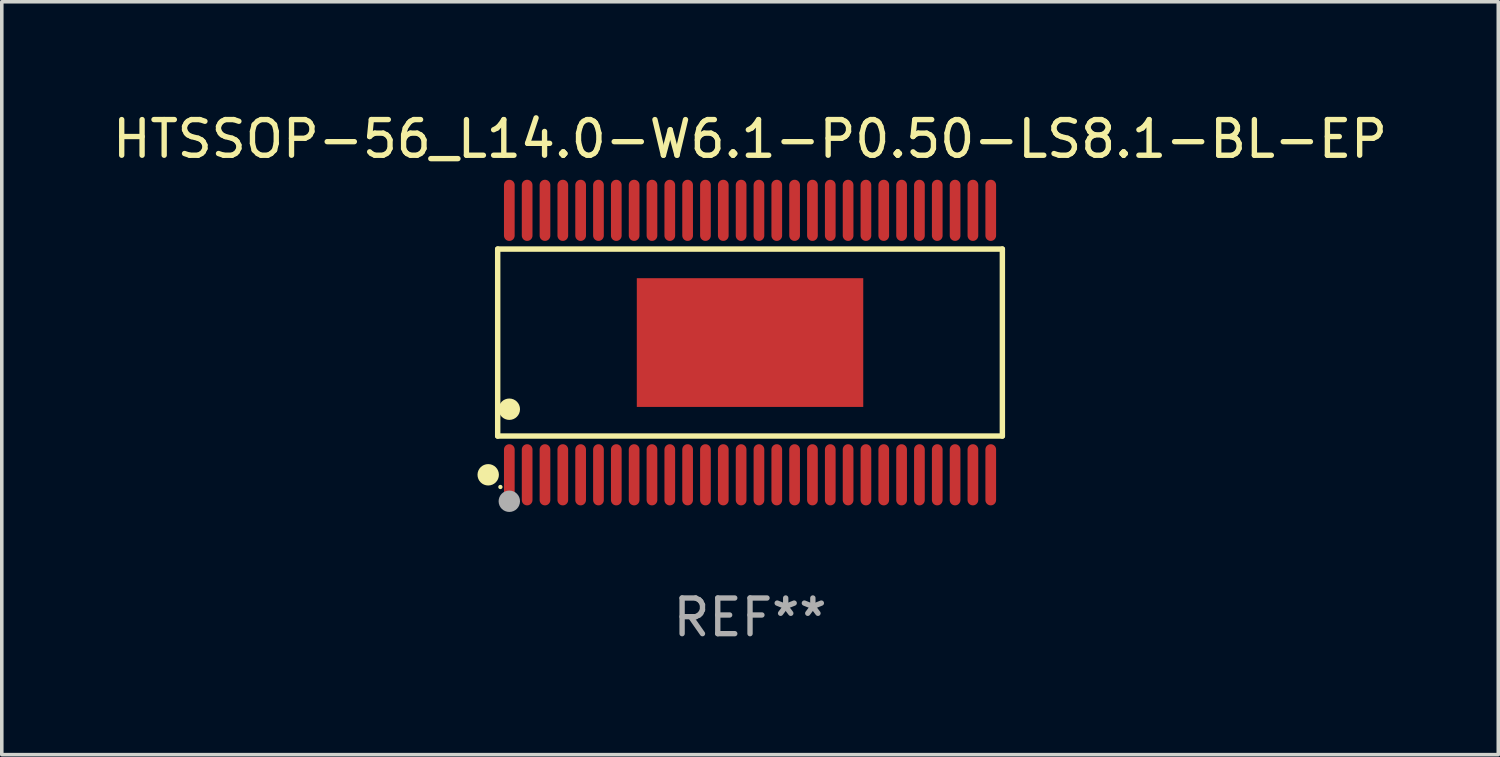
<source format=kicad_pcb>
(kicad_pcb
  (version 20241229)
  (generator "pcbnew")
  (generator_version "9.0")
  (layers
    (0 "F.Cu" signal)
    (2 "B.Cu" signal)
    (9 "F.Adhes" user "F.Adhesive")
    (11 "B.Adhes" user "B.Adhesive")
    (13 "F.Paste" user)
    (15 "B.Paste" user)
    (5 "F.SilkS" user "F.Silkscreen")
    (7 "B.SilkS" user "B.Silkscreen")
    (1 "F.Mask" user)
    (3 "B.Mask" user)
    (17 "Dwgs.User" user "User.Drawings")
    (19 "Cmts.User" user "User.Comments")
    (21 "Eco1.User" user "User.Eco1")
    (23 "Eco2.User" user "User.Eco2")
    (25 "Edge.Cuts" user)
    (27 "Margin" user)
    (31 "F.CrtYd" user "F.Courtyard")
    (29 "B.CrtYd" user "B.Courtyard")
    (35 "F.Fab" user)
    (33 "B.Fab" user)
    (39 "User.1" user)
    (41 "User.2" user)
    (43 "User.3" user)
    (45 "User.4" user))
  (footprint "HTSSOP-56_L14.0-W6.1-P0.50-LS8.1-BL-EP"
    (layer "F.Cu")
    (at 17.982 6.556)
    (property "Reference" "HTSSOP-56_L14.0-W6.1-P0.50-LS8.1-BL-EP" (at -0.000025 -5.708 0) (layer "F.SilkS") (effects (font (size 1 1) (thickness 0.15))))
    (attr smd)
    (fp_line (start -7.076 -2.622) (end 7.076 -2.622) (stroke (width 0.152) (type solid)) (layer "F.SilkS"))
    (fp_line (start -7.076 2.621) (end -7.076 -2.622) (stroke (width 0.152) (type solid)) (layer "F.SilkS"))
    (fp_line (start 7.076 -2.622) (end 7.076 2.621) (stroke (width 0.152) (type solid)) (layer "F.SilkS"))
    (fp_line (start 7.076 2.621) (end -7.076 2.621) (stroke (width 0.152) (type solid)) (layer "F.SilkS"))
    (fp_circle (center -7.342 3.708) (end -7.192 3.708) (stroke (width 0.3) (type solid)) (fill no) (layer "F.SilkS"))
    (fp_circle (center -7 4.05) (end -6.97 4.05) (stroke (width 0.06) (type solid)) (fill no) (layer "F.SilkS"))
    (fp_circle (center -6.75 1.869) (end -6.6 1.869) (stroke (width 0.3) (type solid)) (fill no) (layer "F.SilkS"))
    (fp_circle (center -6.75 4.45) (end -6.6 4.45) (stroke (width 0.3) (type solid)) (fill no) (layer "F.Fab"))
    (fp_text user "REF**" (at -0.000025 7.708 0) (layer "F.Fab") (effects (font (size 1 1) (thickness 0.15))))
    (pad "1" smd oval (at -6.75 3.708) (size 0.3 1.715) (layers "F.Cu" "F.Mask" "F.Paste"))
    (pad "2" smd oval (at -6.25 3.708) (size 0.3 1.715) (layers "F.Cu" "F.Mask" "F.Paste"))
    (pad "3" smd oval (at -5.75 3.708) (size 0.3 1.715) (layers "F.Cu" "F.Mask" "F.Paste"))
    (pad "4" smd oval (at -5.25 3.708) (size 0.3 1.715) (layers "F.Cu" "F.Mask" "F.Paste"))
    (pad "5" smd oval (at -4.75 3.708) (size 0.3 1.715) (layers "F.Cu" "F.Mask" "F.Paste"))
    (pad "6" smd oval (at -4.25 3.708) (size 0.3 1.715) (layers "F.Cu" "F.Mask" "F.Paste"))
    (pad "7" smd oval (at -3.75 3.708) (size 0.3 1.715) (layers "F.Cu" "F.Mask" "F.Paste"))
    (pad "8" smd oval (at -3.25 3.708) (size 0.3 1.715) (layers "F.Cu" "F.Mask" "F.Paste"))
    (pad "9" smd oval (at -2.75 3.708) (size 0.3 1.715) (layers "F.Cu" "F.Mask" "F.Paste"))
    (pad "10" smd oval (at -2.25 3.708) (size 0.3 1.715) (layers "F.Cu" "F.Mask" "F.Paste"))
    (pad "11" smd oval (at -1.75 3.708) (size 0.3 1.715) (layers "F.Cu" "F.Mask" "F.Paste"))
    (pad "12" smd oval (at -1.25 3.708) (size 0.3 1.715) (layers "F.Cu" "F.Mask" "F.Paste"))
    (pad "13" smd oval (at -0.75 3.708) (size 0.3 1.715) (layers "F.Cu" "F.Mask" "F.Paste"))
    (pad "14" smd oval (at -0.25 3.708) (size 0.3 1.715) (layers "F.Cu" "F.Mask" "F.Paste"))
    (pad "15" smd oval (at 0.25 3.708) (size 0.3 1.715) (layers "F.Cu" "F.Mask" "F.Paste"))
    (pad "16" smd oval (at 0.75 3.708) (size 0.3 1.715) (layers "F.Cu" "F.Mask" "F.Paste"))
    (pad "17" smd oval (at 1.25 3.708) (size 0.3 1.715) (layers "F.Cu" "F.Mask" "F.Paste"))
    (pad "18" smd oval (at 1.75 3.708) (size 0.3 1.715) (layers "F.Cu" "F.Mask" "F.Paste"))
    (pad "19" smd oval (at 2.25 3.708) (size 0.3 1.715) (layers "F.Cu" "F.Mask" "F.Paste"))
    (pad "20" smd oval (at 2.75 3.708) (size 0.3 1.715) (layers "F.Cu" "F.Mask" "F.Paste"))
    (pad "21" smd oval (at 3.25 3.708) (size 0.3 1.715) (layers "F.Cu" "F.Mask" "F.Paste"))
    (pad "22" smd oval (at 3.75 3.708) (size 0.3 1.715) (layers "F.Cu" "F.Mask" "F.Paste"))
    (pad "23" smd oval (at 4.25 3.708) (size 0.3 1.715) (layers "F.Cu" "F.Mask" "F.Paste"))
    (pad "24" smd oval (at 4.75 3.708) (size 0.3 1.715) (layers "F.Cu" "F.Mask" "F.Paste"))
    (pad "25" smd oval (at 5.25 3.708) (size 0.3 1.715) (layers "F.Cu" "F.Mask" "F.Paste"))
    (pad "26" smd oval (at 5.75 3.708) (size 0.3 1.715) (layers "F.Cu" "F.Mask" "F.Paste"))
    (pad "27" smd oval (at 6.25 3.708) (size 0.3 1.715) (layers "F.Cu" "F.Mask" "F.Paste"))
    (pad "28" smd oval (at 6.75 3.708) (size 0.3 1.715) (layers "F.Cu" "F.Mask" "F.Paste"))
    (pad "29" smd oval (at 6.75 -3.708) (size 0.3 1.715) (layers "F.Cu" "F.Mask" "F.Paste"))
    (pad "30" smd oval (at 6.25 -3.708) (size 0.3 1.715) (layers "F.Cu" "F.Mask" "F.Paste"))
    (pad "31" smd oval (at 5.75 -3.708) (size 0.3 1.715) (layers "F.Cu" "F.Mask" "F.Paste"))
    (pad "32" smd oval (at 5.25 -3.708) (size 0.3 1.715) (layers "F.Cu" "F.Mask" "F.Paste"))
    (pad "33" smd oval (at 4.75 -3.708) (size 0.3 1.715) (layers "F.Cu" "F.Mask" "F.Paste"))
    (pad "34" smd oval (at 4.25 -3.708) (size 0.3 1.715) (layers "F.Cu" "F.Mask" "F.Paste"))
    (pad "35" smd oval (at 3.75 -3.708) (size 0.3 1.715) (layers "F.Cu" "F.Mask" "F.Paste"))
    (pad "36" smd oval (at 3.25 -3.708) (size 0.3 1.715) (layers "F.Cu" "F.Mask" "F.Paste"))
    (pad "37" smd oval (at 2.75 -3.708) (size 0.3 1.715) (layers "F.Cu" "F.Mask" "F.Paste"))
    (pad "38" smd oval (at 2.25 -3.708) (size 0.3 1.715) (layers "F.Cu" "F.Mask" "F.Paste"))
    (pad "39" smd oval (at 1.75 -3.708) (size 0.3 1.715) (layers "F.Cu" "F.Mask" "F.Paste"))
    (pad "40" smd oval (at 1.25 -3.708) (size 0.3 1.715) (layers "F.Cu" "F.Mask" "F.Paste"))
    (pad "41" smd oval (at 0.75 -3.708) (size 0.3 1.715) (layers "F.Cu" "F.Mask" "F.Paste"))
    (pad "42" smd oval (at 0.25 -3.708) (size 0.3 1.715) (layers "F.Cu" "F.Mask" "F.Paste"))
    (pad "43" smd oval (at -0.25 -3.708) (size 0.3 1.715) (layers "F.Cu" "F.Mask" "F.Paste"))
    (pad "44" smd oval (at -0.75 -3.708) (size 0.3 1.715) (layers "F.Cu" "F.Mask" "F.Paste"))
    (pad "45" smd oval (at -1.25 -3.708) (size 0.3 1.715) (layers "F.Cu" "F.Mask" "F.Paste"))
    (pad "46" smd oval (at -1.75 -3.708) (size 0.3 1.715) (layers "F.Cu" "F.Mask" "F.Paste"))
    (pad "47" smd oval (at -2.25 -3.708) (size 0.3 1.715) (layers "F.Cu" "F.Mask" "F.Paste"))
    (pad "48" smd oval (at -2.75 -3.708) (size 0.3 1.715) (layers "F.Cu" "F.Mask" "F.Paste"))
    (pad "49" smd oval (at -3.25 -3.708) (size 0.3 1.715) (layers "F.Cu" "F.Mask" "F.Paste"))
    (pad "50" smd oval (at -3.75 -3.708) (size 0.3 1.715) (layers "F.Cu" "F.Mask" "F.Paste"))
    (pad "51" smd oval (at -4.25 -3.708) (size 0.3 1.715) (layers "F.Cu" "F.Mask" "F.Paste"))
    (pad "52" smd oval (at -4.75 -3.708) (size 0.3 1.715) (layers "F.Cu" "F.Mask" "F.Paste"))
    (pad "53" smd oval (at -5.25 -3.708) (size 0.3 1.715) (layers "F.Cu" "F.Mask" "F.Paste"))
    (pad "54" smd oval (at -5.75 -3.708) (size 0.3 1.715) (layers "F.Cu" "F.Mask" "F.Paste"))
    (pad "55" smd oval (at -6.25 -3.708) (size 0.3 1.715) (layers "F.Cu" "F.Mask" "F.Paste"))
    (pad "56" smd oval (at -6.75 -3.708) (size 0.3 1.715) (layers "F.Cu" "F.Mask" "F.Paste"))
    (pad "57" smd rect (at 0 -0.000127) (size 6.35 3.61) (layers "F.Cu" "F.Mask" "F.Paste")))
  (gr_rect
    (start -3 -3)
    (end 38.964 18.112)
    (stroke (width 0.1) (type default))
    (fill no)
    (layer "Edge.Cuts")))
</source>
